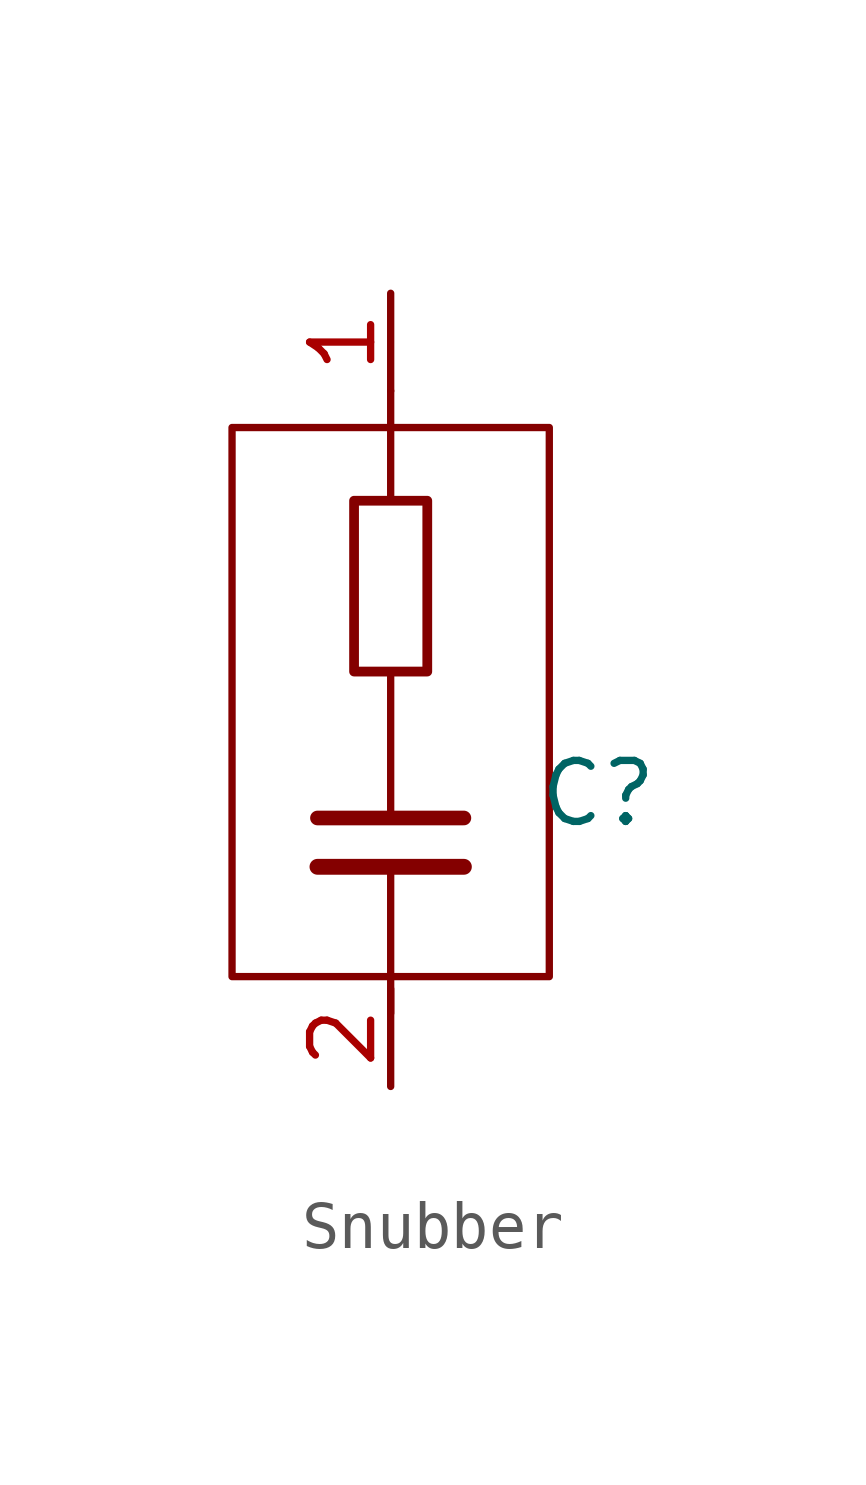
<source format=kicad_sym>
(kicad_symbol_lib
  (version 20220914)
  (generator kicad_symbol_editor)
  (symbol "Snubber"
    (property "Reference" "C"
      (at 4.318 -2.794 0)
      (effects (font (size 1.27 1.27))))
    (property "Value" ""
      (at 0 -3.81 0)
      (effects (font (size 1.27 1.27))))
    (symbol "Snubber_0_1"
      (rectangle (start -3.302 4.826) (end 3.302 -6.604) (stroke (width 0) (type default)) (fill (type none)))
      (rectangle (start -0.762 3.302) (end 0.762 -0.254) (stroke (width 0.203) (type default)) (fill (type none)))
      (polyline (pts (xy -1.524 -4.318) (xy 1.524 -4.318)) (stroke (width 0.33) (type default)) (fill (type none)))
      (polyline (pts (xy -1.524 -3.302) (xy 1.524 -3.302)) (stroke (width 0.305) (type default)) (fill (type none)))
      (polyline (pts (xy 0 -7.366) (xy 0 -4.318)) (stroke (width 0) (type default)) (fill (type none)))
      (polyline (pts (xy 0 -3.302) (xy 0 -0.254)) (stroke (width 0) (type default)) (fill (type none)))
      (polyline (pts (xy 0 3.302) (xy 0 5.334) (xy 0 5.588)) (stroke (width 0) (type default)) (fill (type none))))
    (symbol "Snubber_1_1"
      (pin passive line (at 0 7.62 270) (length 2.032) (name "~" (effects (font (size 1.27 1.27)))) (number "1" (effects (font (size 1.27 1.27)))))
      (pin passive line (at 0 -8.89 90) (length 2.032) (name "~" (effects (font (size 1.27 1.27)))) (number "2" (effects (font (size 1.27 1.27))))))))
</source>
